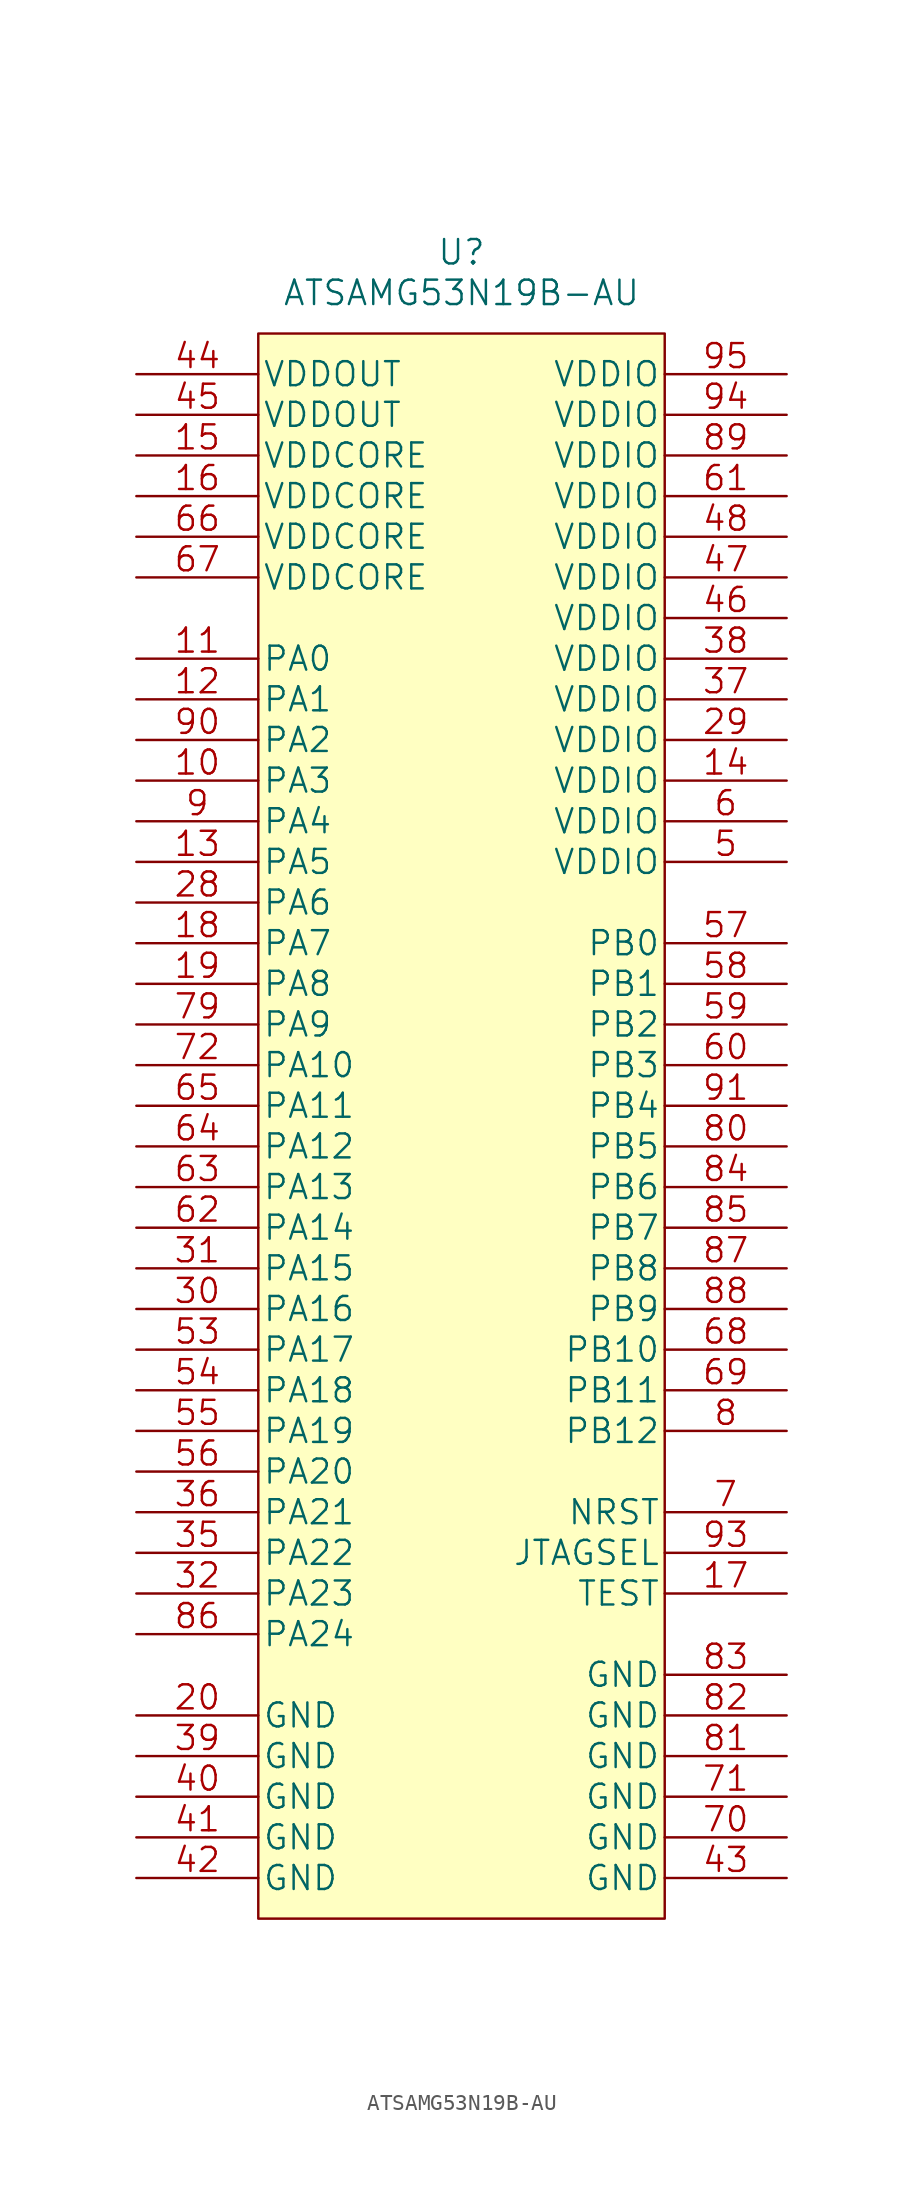
<source format=kicad_sym>
(kicad_symbol_lib
  (version 20211014)
  (generator kicad_symbol_editor)
  (symbol "ATSAMG53N19B-AU"
    (pin_names
      (offset 0.254))
    (property "Reference" "U"
      (at 0 54.61 0)
      (effects (font (size 1.524 1.524))))
    (property "Value" "ATSAMG53N19B-AU"
      (at 0 52.07 0)
      (effects (font (size 1.524 1.524))))
    (property "Datasheet" ""
      (at 1.27 36.83 0)
      (effects (font (size 1.524 1.524))))
    (symbol "ATSAMG53N19B-AU_0_1"
      (rectangle (start -12.7 49.53) (end 12.7 -49.53) (stroke (width 0) (type default) (color 0 0 0 0)) (fill (type background))))
    (symbol "ATSAMG53N19B-AU_1_1"
      (pin no_connect line (at 1.27 36.83 0) (length 7.62) hide (name "NC" (effects (font (size 1.499 1.499)))) (number "1" (effects (font (size 1.499 1.499)))))
      (pin bidirectional line (at -20.32 21.59 0) (length 7.62) (name "PA3" (effects (font (size 1.499 1.499)))) (number "10" (effects (font (size 1.499 1.499)))))
      (pin no_connect line (at 1.27 -34.29 0) (length 7.62) hide (name "NC" (effects (font (size 1.499 1.499)))) (number "100" (effects (font (size 1.499 1.499)))))
      (pin bidirectional line (at -20.32 29.21 0) (length 7.62) (name "PA0" (effects (font (size 1.499 1.499)))) (number "11" (effects (font (size 1.499 1.499)))))
      (pin bidirectional line (at -20.32 26.67 0) (length 7.62) (name "PA1" (effects (font (size 1.499 1.499)))) (number "12" (effects (font (size 1.499 1.499)))))
      (pin bidirectional line (at -20.32 16.51 0) (length 7.62) (name "PA5" (effects (font (size 1.499 1.499)))) (number "13" (effects (font (size 1.499 1.499)))))
      (pin power_in line (at 20.32 21.59 180) (length 7.62) (name "VDDIO" (effects (font (size 1.499 1.499)))) (number "14" (effects (font (size 1.499 1.499)))))
      (pin power_in line (at -20.32 41.91 0) (length 7.62) (name "VDDCORE" (effects (font (size 1.499 1.499)))) (number "15" (effects (font (size 1.499 1.499)))))
      (pin power_in line (at -20.32 39.37 0) (length 7.62) (name "VDDCORE" (effects (font (size 1.499 1.499)))) (number "16" (effects (font (size 1.499 1.499)))))
      (pin passive line (at 20.32 -29.21 180) (length 7.62) (name "TEST" (effects (font (size 1.499 1.499)))) (number "17" (effects (font (size 1.499 1.499)))))
      (pin bidirectional line (at -20.32 11.43 0) (length 7.62) (name "PA7" (effects (font (size 1.499 1.499)))) (number "18" (effects (font (size 1.499 1.499)))))
      (pin bidirectional line (at -20.32 8.89 0) (length 7.62) (name "PA8" (effects (font (size 1.499 1.499)))) (number "19" (effects (font (size 1.499 1.499)))))
      (pin no_connect line (at 1.27 34.29 0) (length 7.62) hide (name "NC" (effects (font (size 1.499 1.499)))) (number "2" (effects (font (size 1.499 1.499)))))
      (pin power_in line (at -20.32 -36.83 0) (length 7.62) (name "GND" (effects (font (size 1.499 1.499)))) (number "20" (effects (font (size 1.499 1.499)))))
      (pin no_connect line (at 1.27 26.67 0) (length 7.62) hide (name "NC" (effects (font (size 1.499 1.499)))) (number "21" (effects (font (size 1.499 1.499)))))
      (pin no_connect line (at 1.27 24.13 0) (length 7.62) hide (name "NC" (effects (font (size 1.499 1.499)))) (number "22" (effects (font (size 1.499 1.499)))))
      (pin no_connect line (at 1.27 21.59 0) (length 7.62) hide (name "NC" (effects (font (size 1.499 1.499)))) (number "23" (effects (font (size 1.499 1.499)))))
      (pin no_connect line (at 1.27 19.05 0) (length 7.62) hide (name "NC" (effects (font (size 1.499 1.499)))) (number "24" (effects (font (size 1.499 1.499)))))
      (pin no_connect line (at 1.27 16.51 0) (length 7.62) hide (name "NC" (effects (font (size 1.499 1.499)))) (number "25" (effects (font (size 1.499 1.499)))))
      (pin no_connect line (at 1.27 13.97 0) (length 7.62) hide (name "NC" (effects (font (size 1.499 1.499)))) (number "26" (effects (font (size 1.499 1.499)))))
      (pin no_connect line (at 1.27 11.43 0) (length 7.62) hide (name "NC" (effects (font (size 1.499 1.499)))) (number "27" (effects (font (size 1.499 1.499)))))
      (pin bidirectional line (at -20.32 13.97 0) (length 7.62) (name "PA6" (effects (font (size 1.499 1.499)))) (number "28" (effects (font (size 1.499 1.499)))))
      (pin power_in line (at 20.32 24.13 180) (length 7.62) (name "VDDIO" (effects (font (size 1.499 1.499)))) (number "29" (effects (font (size 1.499 1.499)))))
      (pin no_connect line (at 1.27 31.75 0) (length 7.62) hide (name "NC" (effects (font (size 1.499 1.499)))) (number "3" (effects (font (size 1.499 1.499)))))
      (pin bidirectional line (at -20.32 -11.43 0) (length 7.62) (name "PA16" (effects (font (size 1.499 1.499)))) (number "30" (effects (font (size 1.499 1.499)))))
      (pin bidirectional line (at -20.32 -8.89 0) (length 7.62) (name "PA15" (effects (font (size 1.499 1.499)))) (number "31" (effects (font (size 1.499 1.499)))))
      (pin bidirectional line (at -20.32 -29.21 0) (length 7.62) (name "PA23" (effects (font (size 1.499 1.499)))) (number "32" (effects (font (size 1.499 1.499)))))
      (pin no_connect line (at 1.27 8.89 0) (length 7.62) hide (name "NC" (effects (font (size 1.499 1.499)))) (number "33" (effects (font (size 1.499 1.499)))))
      (pin no_connect line (at 1.27 6.35 0) (length 7.62) hide (name "NC" (effects (font (size 1.499 1.499)))) (number "34" (effects (font (size 1.499 1.499)))))
      (pin bidirectional line (at -20.32 -26.67 0) (length 7.62) (name "PA22" (effects (font (size 1.499 1.499)))) (number "35" (effects (font (size 1.499 1.499)))))
      (pin bidirectional line (at -20.32 -24.13 0) (length 7.62) (name "PA21" (effects (font (size 1.499 1.499)))) (number "36" (effects (font (size 1.499 1.499)))))
      (pin power_in line (at 20.32 26.67 180) (length 7.62) (name "VDDIO" (effects (font (size 1.499 1.499)))) (number "37" (effects (font (size 1.499 1.499)))))
      (pin power_in line (at 20.32 29.21 180) (length 7.62) (name "VDDIO" (effects (font (size 1.499 1.499)))) (number "38" (effects (font (size 1.499 1.499)))))
      (pin power_in line (at -20.32 -39.37 0) (length 7.62) (name "GND" (effects (font (size 1.499 1.499)))) (number "39" (effects (font (size 1.499 1.499)))))
      (pin no_connect line (at 1.27 29.21 0) (length 7.62) hide (name "NC" (effects (font (size 1.499 1.499)))) (number "4" (effects (font (size 1.499 1.499)))))
      (pin power_in line (at -20.32 -41.91 0) (length 7.62) (name "GND" (effects (font (size 1.499 1.499)))) (number "40" (effects (font (size 1.499 1.499)))))
      (pin power_in line (at -20.32 -44.45 0) (length 7.62) (name "GND" (effects (font (size 1.499 1.499)))) (number "41" (effects (font (size 1.499 1.499)))))
      (pin power_in line (at -20.32 -46.99 0) (length 7.62) (name "GND" (effects (font (size 1.499 1.499)))) (number "42" (effects (font (size 1.499 1.499)))))
      (pin power_in line (at 20.32 -46.99 180) (length 7.62) (name "GND" (effects (font (size 1.499 1.499)))) (number "43" (effects (font (size 1.499 1.499)))))
      (pin power_out line (at -20.32 46.99 0) (length 7.62) (name "VDDOUT" (effects (font (size 1.499 1.499)))) (number "44" (effects (font (size 1.499 1.499)))))
      (pin passive line (at -20.32 44.45 0) (length 7.62) (name "VDDOUT" (effects (font (size 1.499 1.499)))) (number "45" (effects (font (size 1.499 1.499)))))
      (pin power_in line (at 20.32 31.75 180) (length 7.62) (name "VDDIO" (effects (font (size 1.499 1.499)))) (number "46" (effects (font (size 1.499 1.499)))))
      (pin power_in line (at 20.32 34.29 180) (length 7.62) (name "VDDIO" (effects (font (size 1.499 1.499)))) (number "47" (effects (font (size 1.499 1.499)))))
      (pin power_in line (at 20.32 36.83 180) (length 7.62) (name "VDDIO" (effects (font (size 1.499 1.499)))) (number "48" (effects (font (size 1.499 1.499)))))
      (pin no_connect line (at 1.27 3.81 0) (length 7.62) hide (name "NC" (effects (font (size 1.499 1.499)))) (number "49" (effects (font (size 1.499 1.499)))))
      (pin power_in line (at 20.32 16.51 180) (length 7.62) (name "VDDIO" (effects (font (size 1.499 1.499)))) (number "5" (effects (font (size 1.499 1.499)))))
      (pin no_connect line (at 1.27 1.27 0) (length 7.62) hide (name "NC" (effects (font (size 1.499 1.499)))) (number "50" (effects (font (size 1.499 1.499)))))
      (pin no_connect line (at 1.27 -1.27 0) (length 7.62) hide (name "NC" (effects (font (size 1.499 1.499)))) (number "51" (effects (font (size 1.499 1.499)))))
      (pin no_connect line (at 1.27 -3.81 0) (length 7.62) hide (name "NC" (effects (font (size 1.499 1.499)))) (number "52" (effects (font (size 1.499 1.499)))))
      (pin bidirectional line (at -20.32 -13.97 0) (length 7.62) (name "PA17" (effects (font (size 1.499 1.499)))) (number "53" (effects (font (size 1.499 1.499)))))
      (pin bidirectional line (at -20.32 -16.51 0) (length 7.62) (name "PA18" (effects (font (size 1.499 1.499)))) (number "54" (effects (font (size 1.499 1.499)))))
      (pin bidirectional line (at -20.32 -19.05 0) (length 7.62) (name "PA19" (effects (font (size 1.499 1.499)))) (number "55" (effects (font (size 1.499 1.499)))))
      (pin bidirectional line (at -20.32 -21.59 0) (length 7.62) (name "PA20" (effects (font (size 1.499 1.499)))) (number "56" (effects (font (size 1.499 1.499)))))
      (pin bidirectional line (at 20.32 11.43 180) (length 7.62) (name "PB0" (effects (font (size 1.499 1.499)))) (number "57" (effects (font (size 1.499 1.499)))))
      (pin bidirectional line (at 20.32 8.89 180) (length 7.62) (name "PB1" (effects (font (size 1.499 1.499)))) (number "58" (effects (font (size 1.499 1.499)))))
      (pin bidirectional line (at 20.32 6.35 180) (length 7.62) (name "PB2" (effects (font (size 1.499 1.499)))) (number "59" (effects (font (size 1.499 1.499)))))
      (pin power_in line (at 20.32 19.05 180) (length 7.62) (name "VDDIO" (effects (font (size 1.499 1.499)))) (number "6" (effects (font (size 1.499 1.499)))))
      (pin bidirectional line (at 20.32 3.81 180) (length 7.62) (name "PB3" (effects (font (size 1.499 1.499)))) (number "60" (effects (font (size 1.499 1.499)))))
      (pin power_in line (at 20.32 39.37 180) (length 7.62) (name "VDDIO" (effects (font (size 1.499 1.499)))) (number "61" (effects (font (size 1.499 1.499)))))
      (pin bidirectional line (at -20.32 -6.35 0) (length 7.62) (name "PA14" (effects (font (size 1.499 1.499)))) (number "62" (effects (font (size 1.499 1.499)))))
      (pin bidirectional line (at -20.32 -3.81 0) (length 7.62) (name "PA13" (effects (font (size 1.499 1.499)))) (number "63" (effects (font (size 1.499 1.499)))))
      (pin bidirectional line (at -20.32 -1.27 0) (length 7.62) (name "PA12" (effects (font (size 1.499 1.499)))) (number "64" (effects (font (size 1.499 1.499)))))
      (pin bidirectional line (at -20.32 1.27 0) (length 7.62) (name "PA11" (effects (font (size 1.499 1.499)))) (number "65" (effects (font (size 1.499 1.499)))))
      (pin power_in line (at -20.32 36.83 0) (length 7.62) (name "VDDCORE" (effects (font (size 1.499 1.499)))) (number "66" (effects (font (size 1.499 1.499)))))
      (pin power_in line (at -20.32 34.29 0) (length 7.62) (name "VDDCORE" (effects (font (size 1.499 1.499)))) (number "67" (effects (font (size 1.499 1.499)))))
      (pin bidirectional line (at 20.32 -13.97 180) (length 7.62) (name "PB10" (effects (font (size 1.499 1.499)))) (number "68" (effects (font (size 1.499 1.499)))))
      (pin bidirectional line (at 20.32 -16.51 180) (length 7.62) (name "PB11" (effects (font (size 1.499 1.499)))) (number "69" (effects (font (size 1.499 1.499)))))
      (pin passive line (at 20.32 -24.13 180) (length 7.62) (name "NRST" (effects (font (size 1.499 1.499)))) (number "7" (effects (font (size 1.499 1.499)))))
      (pin power_in line (at 20.32 -44.45 180) (length 7.62) (name "GND" (effects (font (size 1.499 1.499)))) (number "70" (effects (font (size 1.499 1.499)))))
      (pin power_in line (at 20.32 -41.91 180) (length 7.62) (name "GND" (effects (font (size 1.499 1.499)))) (number "71" (effects (font (size 1.499 1.499)))))
      (pin bidirectional line (at -20.32 3.81 0) (length 7.62) (name "PA10" (effects (font (size 1.499 1.499)))) (number "72" (effects (font (size 1.499 1.499)))))
      (pin no_connect line (at 1.27 -6.35 0) (length 7.62) hide (name "NC" (effects (font (size 1.499 1.499)))) (number "73" (effects (font (size 1.499 1.499)))))
      (pin no_connect line (at 1.27 -8.89 0) (length 7.62) hide (name "NC" (effects (font (size 1.499 1.499)))) (number "74" (effects (font (size 1.499 1.499)))))
      (pin no_connect line (at 1.27 -11.43 0) (length 7.62) hide (name "NC" (effects (font (size 1.499 1.499)))) (number "75" (effects (font (size 1.499 1.499)))))
      (pin no_connect line (at 1.27 -13.97 0) (length 7.62) hide (name "NC" (effects (font (size 1.499 1.499)))) (number "76" (effects (font (size 1.499 1.499)))))
      (pin no_connect line (at 1.27 -16.51 0) (length 7.62) hide (name "NC" (effects (font (size 1.499 1.499)))) (number "77" (effects (font (size 1.499 1.499)))))
      (pin no_connect line (at 1.27 -19.05 0) (length 7.62) hide (name "NC" (effects (font (size 1.499 1.499)))) (number "78" (effects (font (size 1.499 1.499)))))
      (pin bidirectional line (at -20.32 6.35 0) (length 7.62) (name "PA9" (effects (font (size 1.499 1.499)))) (number "79" (effects (font (size 1.499 1.499)))))
      (pin bidirectional line (at 20.32 -19.05 180) (length 7.62) (name "PB12" (effects (font (size 1.499 1.499)))) (number "8" (effects (font (size 1.499 1.499)))))
      (pin bidirectional line (at 20.32 -1.27 180) (length 7.62) (name "PB5" (effects (font (size 1.499 1.499)))) (number "80" (effects (font (size 1.499 1.499)))))
      (pin power_in line (at 20.32 -39.37 180) (length 7.62) (name "GND" (effects (font (size 1.499 1.499)))) (number "81" (effects (font (size 1.499 1.499)))))
      (pin power_in line (at 20.32 -36.83 180) (length 7.62) (name "GND" (effects (font (size 1.499 1.499)))) (number "82" (effects (font (size 1.499 1.499)))))
      (pin power_in line (at 20.32 -34.29 180) (length 7.62) (name "GND" (effects (font (size 1.499 1.499)))) (number "83" (effects (font (size 1.499 1.499)))))
      (pin bidirectional line (at 20.32 -3.81 180) (length 7.62) (name "PB6" (effects (font (size 1.499 1.499)))) (number "84" (effects (font (size 1.499 1.499)))))
      (pin bidirectional line (at 20.32 -6.35 180) (length 7.62) (name "PB7" (effects (font (size 1.499 1.499)))) (number "85" (effects (font (size 1.499 1.499)))))
      (pin bidirectional line (at -20.32 -31.75 0) (length 7.62) (name "PA24" (effects (font (size 1.499 1.499)))) (number "86" (effects (font (size 1.499 1.499)))))
      (pin bidirectional line (at 20.32 -8.89 180) (length 7.62) (name "PB8" (effects (font (size 1.499 1.499)))) (number "87" (effects (font (size 1.499 1.499)))))
      (pin bidirectional line (at 20.32 -11.43 180) (length 7.62) (name "PB9" (effects (font (size 1.499 1.499)))) (number "88" (effects (font (size 1.499 1.499)))))
      (pin power_in line (at 20.32 41.91 180) (length 7.62) (name "VDDIO" (effects (font (size 1.499 1.499)))) (number "89" (effects (font (size 1.499 1.499)))))
      (pin bidirectional line (at -20.32 19.05 0) (length 7.62) (name "PA4" (effects (font (size 1.499 1.499)))) (number "9" (effects (font (size 1.499 1.499)))))
      (pin bidirectional line (at -20.32 24.13 0) (length 7.62) (name "PA2" (effects (font (size 1.499 1.499)))) (number "90" (effects (font (size 1.499 1.499)))))
      (pin bidirectional line (at 20.32 1.27 180) (length 7.62) (name "PB4" (effects (font (size 1.499 1.499)))) (number "91" (effects (font (size 1.499 1.499)))))
      (pin no_connect line (at 1.27 -21.59 0) (length 7.62) hide (name "NC" (effects (font (size 1.499 1.499)))) (number "92" (effects (font (size 1.499 1.499)))))
      (pin passive line (at 20.32 -26.67 180) (length 7.62) (name "JTAGSEL" (effects (font (size 1.499 1.499)))) (number "93" (effects (font (size 1.499 1.499)))))
      (pin power_in line (at 20.32 44.45 180) (length 7.62) (name "VDDIO" (effects (font (size 1.499 1.499)))) (number "94" (effects (font (size 1.499 1.499)))))
      (pin power_in line (at 20.32 46.99 180) (length 7.62) (name "VDDIO" (effects (font (size 1.499 1.499)))) (number "95" (effects (font (size 1.499 1.499)))))
      (pin no_connect line (at 1.27 -24.13 0) (length 7.62) hide (name "NC" (effects (font (size 1.499 1.499)))) (number "96" (effects (font (size 1.499 1.499)))))
      (pin no_connect line (at 1.27 -26.67 0) (length 7.62) hide (name "NC" (effects (font (size 1.499 1.499)))) (number "97" (effects (font (size 1.499 1.499)))))
      (pin no_connect line (at 1.27 -29.21 0) (length 7.62) hide (name "NC" (effects (font (size 1.499 1.499)))) (number "98" (effects (font (size 1.499 1.499)))))
      (pin no_connect line (at 1.27 -31.75 0) (length 7.62) hide (name "NC" (effects (font (size 1.499 1.499)))) (number "99" (effects (font (size 1.499 1.499))))))))
</source>
